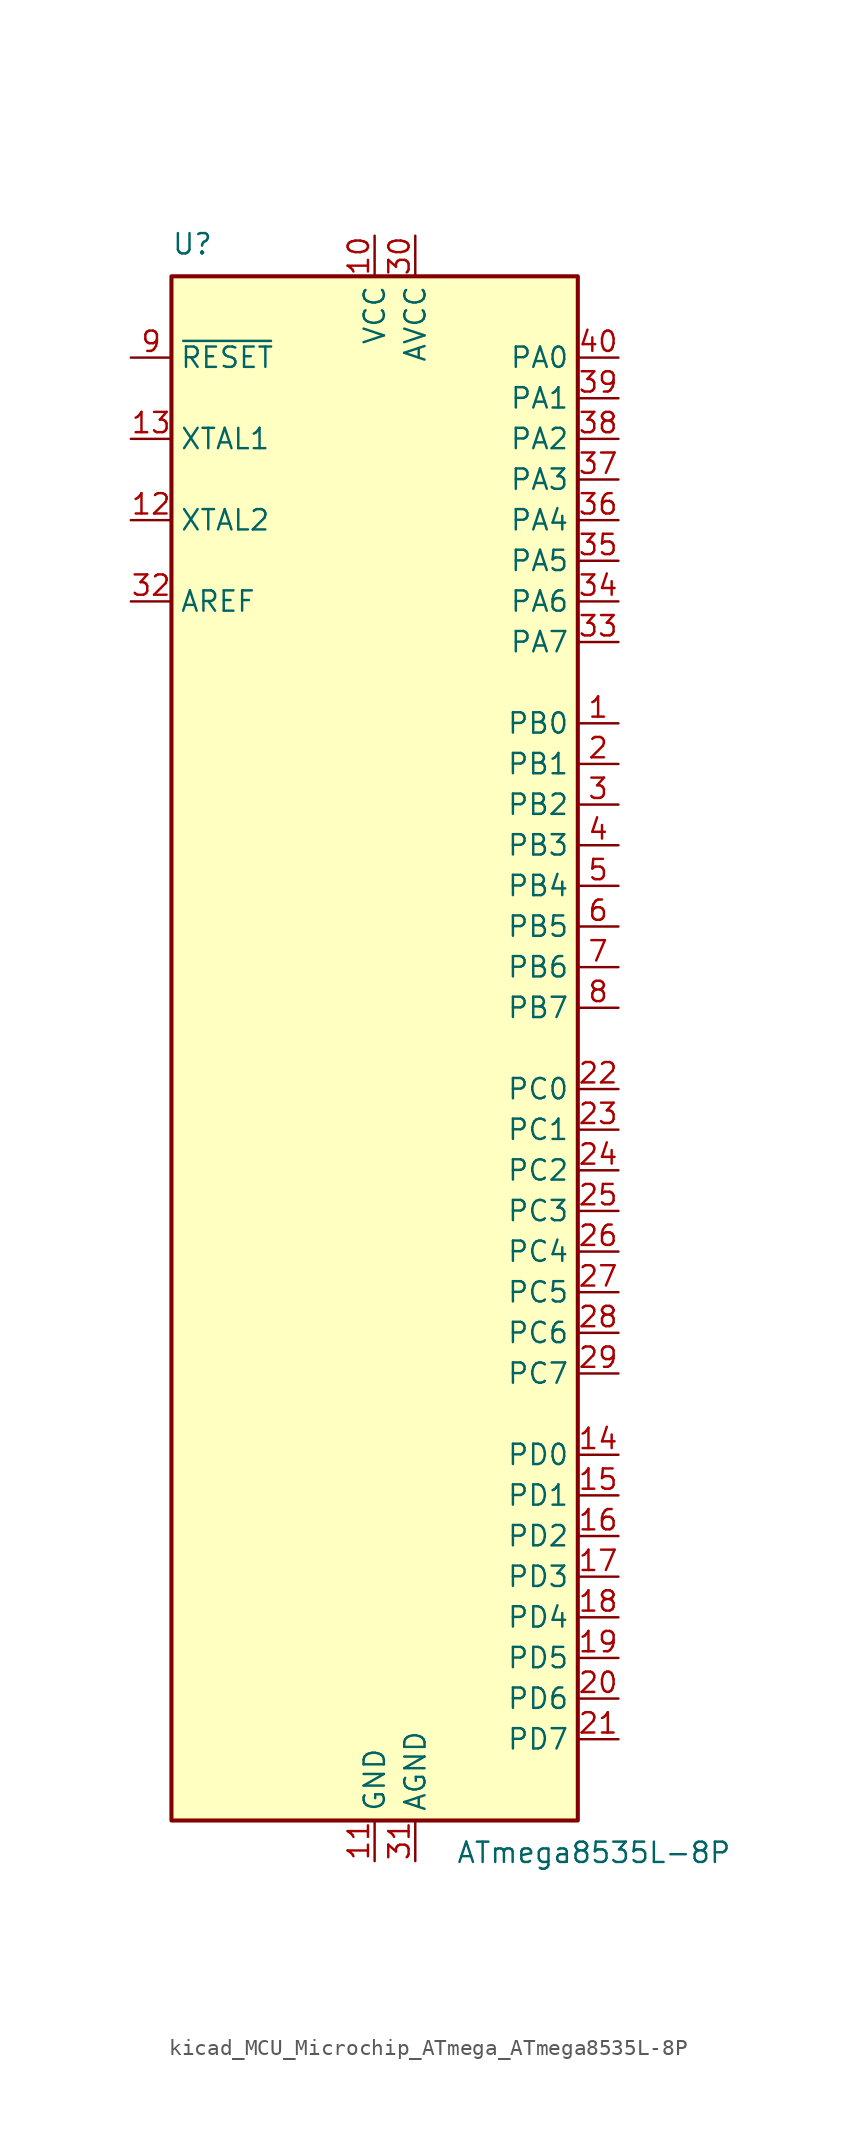
<source format=kicad_sym>
(kicad_symbol_lib
  (version 20220914)
  (generator kicad_symbol_editor)
  (symbol "kicad_MCU_Microchip_ATmega_ATmega8535L-8P"
    (property "Reference" "U"
      (at -12.7 49.53 0)
      (effects (font (size 1.27 1.27)) (justify left bottom)))
    (property "Value" "ATmega8535L-8P"
      (at 5.08 -49.53 0)
      (effects (font (size 1.27 1.27)) (justify left top)))
    (symbol "kicad_MCU_Microchip_ATmega_ATmega8535L-8P_0_1"
      (rectangle (start -12.7 -48.26) (end 12.7 48.26) (stroke (width 0.254) (type default)) (fill (type background))))
    (symbol "kicad_MCU_Microchip_ATmega_ATmega8535L-8P_1_1"
      (pin bidirectional line (at 15.24 20.32 180) (length 2.54) (name "PB0" (effects (font (size 1.27 1.27)))) (number "1" (effects (font (size 1.27 1.27)))))
      (pin power_in line (at 0 50.8 270) (length 2.54) (name "VCC" (effects (font (size 1.27 1.27)))) (number "10" (effects (font (size 1.27 1.27)))))
      (pin power_in line (at 0 -50.8 90) (length 2.54) (name "GND" (effects (font (size 1.27 1.27)))) (number "11" (effects (font (size 1.27 1.27)))))
      (pin output line (at -15.24 33.02 0) (length 2.54) (name "XTAL2" (effects (font (size 1.27 1.27)))) (number "12" (effects (font (size 1.27 1.27)))))
      (pin input line (at -15.24 38.1 0) (length 2.54) (name "XTAL1" (effects (font (size 1.27 1.27)))) (number "13" (effects (font (size 1.27 1.27)))))
      (pin bidirectional line (at 15.24 -25.4 180) (length 2.54) (name "PD0" (effects (font (size 1.27 1.27)))) (number "14" (effects (font (size 1.27 1.27)))))
      (pin bidirectional line (at 15.24 -27.94 180) (length 2.54) (name "PD1" (effects (font (size 1.27 1.27)))) (number "15" (effects (font (size 1.27 1.27)))))
      (pin bidirectional line (at 15.24 -30.48 180) (length 2.54) (name "PD2" (effects (font (size 1.27 1.27)))) (number "16" (effects (font (size 1.27 1.27)))))
      (pin bidirectional line (at 15.24 -33.02 180) (length 2.54) (name "PD3" (effects (font (size 1.27 1.27)))) (number "17" (effects (font (size 1.27 1.27)))))
      (pin bidirectional line (at 15.24 -35.56 180) (length 2.54) (name "PD4" (effects (font (size 1.27 1.27)))) (number "18" (effects (font (size 1.27 1.27)))))
      (pin bidirectional line (at 15.24 -38.1 180) (length 2.54) (name "PD5" (effects (font (size 1.27 1.27)))) (number "19" (effects (font (size 1.27 1.27)))))
      (pin bidirectional line (at 15.24 17.78 180) (length 2.54) (name "PB1" (effects (font (size 1.27 1.27)))) (number "2" (effects (font (size 1.27 1.27)))))
      (pin bidirectional line (at 15.24 -40.64 180) (length 2.54) (name "PD6" (effects (font (size 1.27 1.27)))) (number "20" (effects (font (size 1.27 1.27)))))
      (pin bidirectional line (at 15.24 -43.18 180) (length 2.54) (name "PD7" (effects (font (size 1.27 1.27)))) (number "21" (effects (font (size 1.27 1.27)))))
      (pin bidirectional line (at 15.24 -2.54 180) (length 2.54) (name "PC0" (effects (font (size 1.27 1.27)))) (number "22" (effects (font (size 1.27 1.27)))))
      (pin bidirectional line (at 15.24 -5.08 180) (length 2.54) (name "PC1" (effects (font (size 1.27 1.27)))) (number "23" (effects (font (size 1.27 1.27)))))
      (pin bidirectional line (at 15.24 -7.62 180) (length 2.54) (name "PC2" (effects (font (size 1.27 1.27)))) (number "24" (effects (font (size 1.27 1.27)))))
      (pin bidirectional line (at 15.24 -10.16 180) (length 2.54) (name "PC3" (effects (font (size 1.27 1.27)))) (number "25" (effects (font (size 1.27 1.27)))))
      (pin bidirectional line (at 15.24 -12.7 180) (length 2.54) (name "PC4" (effects (font (size 1.27 1.27)))) (number "26" (effects (font (size 1.27 1.27)))))
      (pin bidirectional line (at 15.24 -15.24 180) (length 2.54) (name "PC5" (effects (font (size 1.27 1.27)))) (number "27" (effects (font (size 1.27 1.27)))))
      (pin bidirectional line (at 15.24 -17.78 180) (length 2.54) (name "PC6" (effects (font (size 1.27 1.27)))) (number "28" (effects (font (size 1.27 1.27)))))
      (pin bidirectional line (at 15.24 -20.32 180) (length 2.54) (name "PC7" (effects (font (size 1.27 1.27)))) (number "29" (effects (font (size 1.27 1.27)))))
      (pin bidirectional line (at 15.24 15.24 180) (length 2.54) (name "PB2" (effects (font (size 1.27 1.27)))) (number "3" (effects (font (size 1.27 1.27)))))
      (pin power_in line (at 2.54 50.8 270) (length 2.54) (name "AVCC" (effects (font (size 1.27 1.27)))) (number "30" (effects (font (size 1.27 1.27)))))
      (pin power_in line (at 2.54 -50.8 90) (length 2.54) (name "AGND" (effects (font (size 1.27 1.27)))) (number "31" (effects (font (size 1.27 1.27)))))
      (pin passive line (at -15.24 27.94 0) (length 2.54) (name "AREF" (effects (font (size 1.27 1.27)))) (number "32" (effects (font (size 1.27 1.27)))))
      (pin bidirectional line (at 15.24 25.4 180) (length 2.54) (name "PA7" (effects (font (size 1.27 1.27)))) (number "33" (effects (font (size 1.27 1.27)))))
      (pin bidirectional line (at 15.24 27.94 180) (length 2.54) (name "PA6" (effects (font (size 1.27 1.27)))) (number "34" (effects (font (size 1.27 1.27)))))
      (pin bidirectional line (at 15.24 30.48 180) (length 2.54) (name "PA5" (effects (font (size 1.27 1.27)))) (number "35" (effects (font (size 1.27 1.27)))))
      (pin bidirectional line (at 15.24 33.02 180) (length 2.54) (name "PA4" (effects (font (size 1.27 1.27)))) (number "36" (effects (font (size 1.27 1.27)))))
      (pin bidirectional line (at 15.24 35.56 180) (length 2.54) (name "PA3" (effects (font (size 1.27 1.27)))) (number "37" (effects (font (size 1.27 1.27)))))
      (pin bidirectional line (at 15.24 38.1 180) (length 2.54) (name "PA2" (effects (font (size 1.27 1.27)))) (number "38" (effects (font (size 1.27 1.27)))))
      (pin bidirectional line (at 15.24 40.64 180) (length 2.54) (name "PA1" (effects (font (size 1.27 1.27)))) (number "39" (effects (font (size 1.27 1.27)))))
      (pin bidirectional line (at 15.24 12.7 180) (length 2.54) (name "PB3" (effects (font (size 1.27 1.27)))) (number "4" (effects (font (size 1.27 1.27)))))
      (pin bidirectional line (at 15.24 43.18 180) (length 2.54) (name "PA0" (effects (font (size 1.27 1.27)))) (number "40" (effects (font (size 1.27 1.27)))))
      (pin bidirectional line (at 15.24 10.16 180) (length 2.54) (name "PB4" (effects (font (size 1.27 1.27)))) (number "5" (effects (font (size 1.27 1.27)))))
      (pin bidirectional line (at 15.24 7.62 180) (length 2.54) (name "PB5" (effects (font (size 1.27 1.27)))) (number "6" (effects (font (size 1.27 1.27)))))
      (pin bidirectional line (at 15.24 5.08 180) (length 2.54) (name "PB6" (effects (font (size 1.27 1.27)))) (number "7" (effects (font (size 1.27 1.27)))))
      (pin bidirectional line (at 15.24 2.54 180) (length 2.54) (name "PB7" (effects (font (size 1.27 1.27)))) (number "8" (effects (font (size 1.27 1.27)))))
      (pin input line (at -15.24 43.18 0) (length 2.54) (name "~{RESET}" (effects (font (size 1.27 1.27)))) (number "9" (effects (font (size 1.27 1.27))))))))
</source>
